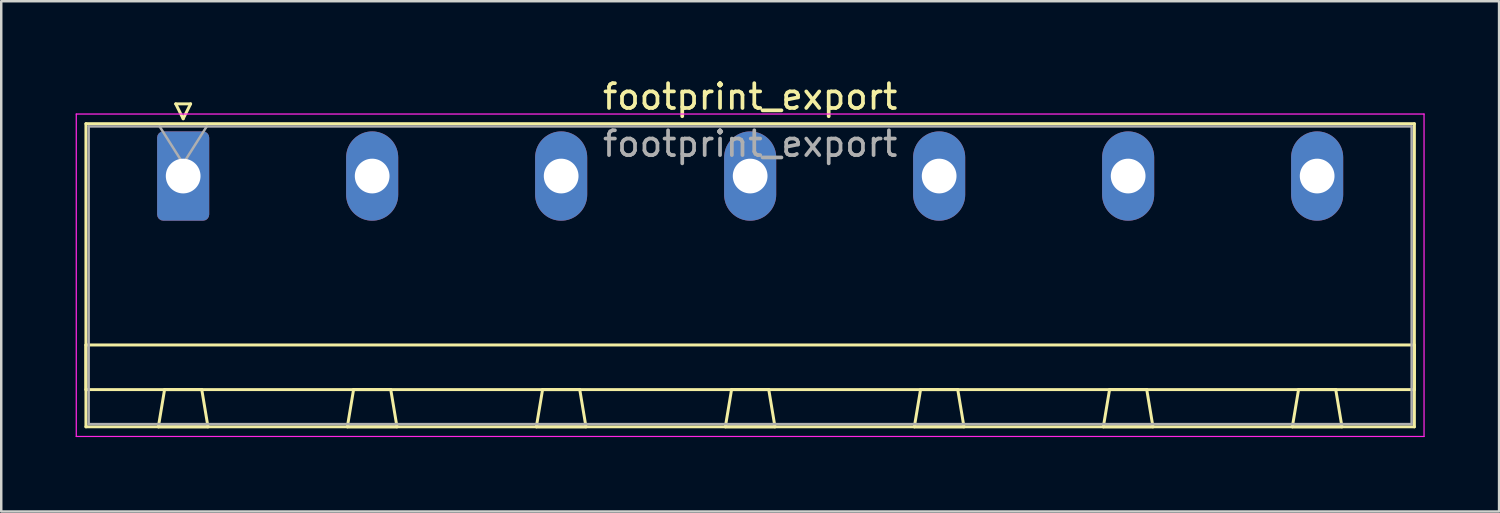
<source format=kicad_pcb>
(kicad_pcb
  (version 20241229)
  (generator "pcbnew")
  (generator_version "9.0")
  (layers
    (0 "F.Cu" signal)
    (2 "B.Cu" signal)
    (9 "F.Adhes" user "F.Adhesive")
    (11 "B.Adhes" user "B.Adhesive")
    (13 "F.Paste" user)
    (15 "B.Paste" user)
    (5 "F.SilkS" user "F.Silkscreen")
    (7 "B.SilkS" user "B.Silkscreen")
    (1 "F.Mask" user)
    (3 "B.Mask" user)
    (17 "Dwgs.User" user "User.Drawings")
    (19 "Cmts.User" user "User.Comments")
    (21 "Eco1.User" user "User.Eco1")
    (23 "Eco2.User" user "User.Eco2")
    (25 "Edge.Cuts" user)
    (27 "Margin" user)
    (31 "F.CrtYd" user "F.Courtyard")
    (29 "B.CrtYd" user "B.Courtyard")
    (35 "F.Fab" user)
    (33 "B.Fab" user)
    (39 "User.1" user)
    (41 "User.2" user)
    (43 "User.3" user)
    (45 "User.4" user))
  (footprint "footprint_export"
    (layer "F.Cu")
    (at 4.335 4.048)
    (property "Reference" "footprint_export" (at 22.86 -3.2 0) (layer "F.SilkS") (effects (font (size 1 1) (thickness 0.15))))
    (attr through_hole)
    (fp_line (start -3.92 -2.11) (end -3.92 10.11) (stroke (width 0.12) (type solid)) (layer "F.SilkS"))
    (fp_line (start -3.92 6.81) (end 49.64 6.81) (stroke (width 0.12) (type solid)) (layer "F.SilkS"))
    (fp_line (start -3.92 8.61) (end -3.92 6.81) (stroke (width 0.12) (type solid)) (layer "F.SilkS"))
    (fp_line (start -3.92 10.11) (end 49.64 10.11) (stroke (width 0.12) (type solid)) (layer "F.SilkS"))
    (fp_line (start -1 10.11) (end 1 10.11) (stroke (width 0.12) (type solid)) (layer "F.SilkS"))
    (fp_line (start -0.75 8.61) (end -1 10.11) (stroke (width 0.12) (type solid)) (layer "F.SilkS"))
    (fp_line (start -0.3 -2.91) (end 0.3 -2.91) (stroke (width 0.12) (type solid)) (layer "F.SilkS"))
    (fp_line (start 0 -2.31) (end -0.3 -2.91) (stroke (width 0.12) (type solid)) (layer "F.SilkS"))
    (fp_line (start 0.3 -2.91) (end 0 -2.31) (stroke (width 0.12) (type solid)) (layer "F.SilkS"))
    (fp_line (start 0.75 8.61) (end -0.75 8.61) (stroke (width 0.12) (type solid)) (layer "F.SilkS"))
    (fp_line (start 1 10.11) (end 0.75 8.61) (stroke (width 0.12) (type solid)) (layer "F.SilkS"))
    (fp_line (start 6.62 10.11) (end 8.62 10.11) (stroke (width 0.12) (type solid)) (layer "F.SilkS"))
    (fp_line (start 6.87 8.61) (end 6.62 10.11) (stroke (width 0.12) (type solid)) (layer "F.SilkS"))
    (fp_line (start 8.37 8.61) (end 6.87 8.61) (stroke (width 0.12) (type solid)) (layer "F.SilkS"))
    (fp_line (start 8.62 10.11) (end 8.37 8.61) (stroke (width 0.12) (type solid)) (layer "F.SilkS"))
    (fp_line (start 14.24 10.11) (end 16.24 10.11) (stroke (width 0.12) (type solid)) (layer "F.SilkS"))
    (fp_line (start 14.49 8.61) (end 14.24 10.11) (stroke (width 0.12) (type solid)) (layer "F.SilkS"))
    (fp_line (start 15.99 8.61) (end 14.49 8.61) (stroke (width 0.12) (type solid)) (layer "F.SilkS"))
    (fp_line (start 16.24 10.11) (end 15.99 8.61) (stroke (width 0.12) (type solid)) (layer "F.SilkS"))
    (fp_line (start 21.86 10.11) (end 23.86 10.11) (stroke (width 0.12) (type solid)) (layer "F.SilkS"))
    (fp_line (start 22.11 8.61) (end 21.86 10.11) (stroke (width 0.12) (type solid)) (layer "F.SilkS"))
    (fp_line (start 23.61 8.61) (end 22.11 8.61) (stroke (width 0.12) (type solid)) (layer "F.SilkS"))
    (fp_line (start 23.86 10.11) (end 23.61 8.61) (stroke (width 0.12) (type solid)) (layer "F.SilkS"))
    (fp_line (start 29.48 10.11) (end 31.48 10.11) (stroke (width 0.12) (type solid)) (layer "F.SilkS"))
    (fp_line (start 29.73 8.61) (end 29.48 10.11) (stroke (width 0.12) (type solid)) (layer "F.SilkS"))
    (fp_line (start 31.23 8.61) (end 29.73 8.61) (stroke (width 0.12) (type solid)) (layer "F.SilkS"))
    (fp_line (start 31.48 10.11) (end 31.23 8.61) (stroke (width 0.12) (type solid)) (layer "F.SilkS"))
    (fp_line (start 37.1 10.11) (end 39.1 10.11) (stroke (width 0.12) (type solid)) (layer "F.SilkS"))
    (fp_line (start 37.35 8.61) (end 37.1 10.11) (stroke (width 0.12) (type solid)) (layer "F.SilkS"))
    (fp_line (start 38.85 8.61) (end 37.35 8.61) (stroke (width 0.12) (type solid)) (layer "F.SilkS"))
    (fp_line (start 39.1 10.11) (end 38.85 8.61) (stroke (width 0.12) (type solid)) (layer "F.SilkS"))
    (fp_line (start 44.72 10.11) (end 46.72 10.11) (stroke (width 0.12) (type solid)) (layer "F.SilkS"))
    (fp_line (start 44.97 8.61) (end 44.72 10.11) (stroke (width 0.12) (type solid)) (layer "F.SilkS"))
    (fp_line (start 46.47 8.61) (end 44.97 8.61) (stroke (width 0.12) (type solid)) (layer "F.SilkS"))
    (fp_line (start 46.72 10.11) (end 46.47 8.61) (stroke (width 0.12) (type solid)) (layer "F.SilkS"))
    (fp_line (start 49.64 -2.11) (end -3.92 -2.11) (stroke (width 0.12) (type solid)) (layer "F.SilkS"))
    (fp_line (start 49.64 6.81) (end 49.64 8.61) (stroke (width 0.12) (type solid)) (layer "F.SilkS"))
    (fp_line (start 49.64 8.61) (end -3.92 8.61) (stroke (width 0.12) (type solid)) (layer "F.SilkS"))
    (fp_line (start 49.64 10.11) (end 49.64 -2.11) (stroke (width 0.12) (type solid)) (layer "F.SilkS"))
    (fp_line (start -4.31 -2.5) (end -4.31 10.5) (stroke (width 0.05) (type solid)) (layer "F.CrtYd"))
    (fp_line (start -4.31 10.5) (end 50.03 10.5) (stroke (width 0.05) (type solid)) (layer "F.CrtYd"))
    (fp_line (start 50.03 -2.5) (end -4.31 -2.5) (stroke (width 0.05) (type solid)) (layer "F.CrtYd"))
    (fp_line (start 50.03 10.5) (end 50.03 -2.5) (stroke (width 0.05) (type solid)) (layer "F.CrtYd"))
    (fp_line (start -3.81 -2) (end -3.81 10) (stroke (width 0.1) (type solid)) (layer "F.Fab"))
    (fp_line (start -3.81 10) (end 49.53 10) (stroke (width 0.1) (type solid)) (layer "F.Fab"))
    (fp_line (start 0 -0.5) (end -0.95 -2) (stroke (width 0.1) (type solid)) (layer "F.Fab"))
    (fp_line (start 0.95 -2) (end 0 -0.5) (stroke (width 0.1) (type solid)) (layer "F.Fab"))
    (fp_line (start 49.53 -2) (end -3.81 -2) (stroke (width 0.1) (type solid)) (layer "F.Fab"))
    (fp_line (start 49.53 10) (end 49.53 -2) (stroke (width 0.1) (type solid)) (layer "F.Fab"))
    (fp_text user "${REFERENCE}" (at 22.86 -1.3 0) (layer "F.Fab") (effects (font (size 1 1) (thickness 0.15))))
    (pad "1" thru_hole roundrect (at 0 0) (size 2.1 3.6) (drill 1.4) (layers "*.Cu" "*.Mask") (roundrect_rratio 0.119))
    (pad "2" thru_hole oval (at 7.62 0) (size 2.1 3.6) (drill 1.4) (layers "*.Cu" "*.Mask"))
    (pad "3" thru_hole oval (at 15.24 0) (size 2.1 3.6) (drill 1.4) (layers "*.Cu" "*.Mask"))
    (pad "4" thru_hole oval (at 22.86 0) (size 2.1 3.6) (drill 1.4) (layers "*.Cu" "*.Mask"))
    (pad "5" thru_hole oval (at 30.48 0) (size 2.1 3.6) (drill 1.4) (layers "*.Cu" "*.Mask"))
    (pad "6" thru_hole oval (at 38.1 0) (size 2.1 3.6) (drill 1.4) (layers "*.Cu" "*.Mask"))
    (pad "7" thru_hole oval (at 45.72 0) (size 2.1 3.6) (drill 1.4) (layers "*.Cu" "*.Mask")))
  (gr_rect
    (start -3 -3)
    (end 57.39 17.573)
    (stroke (width 0.1) (type default))
    (fill no)
    (layer "Edge.Cuts")))
</source>
